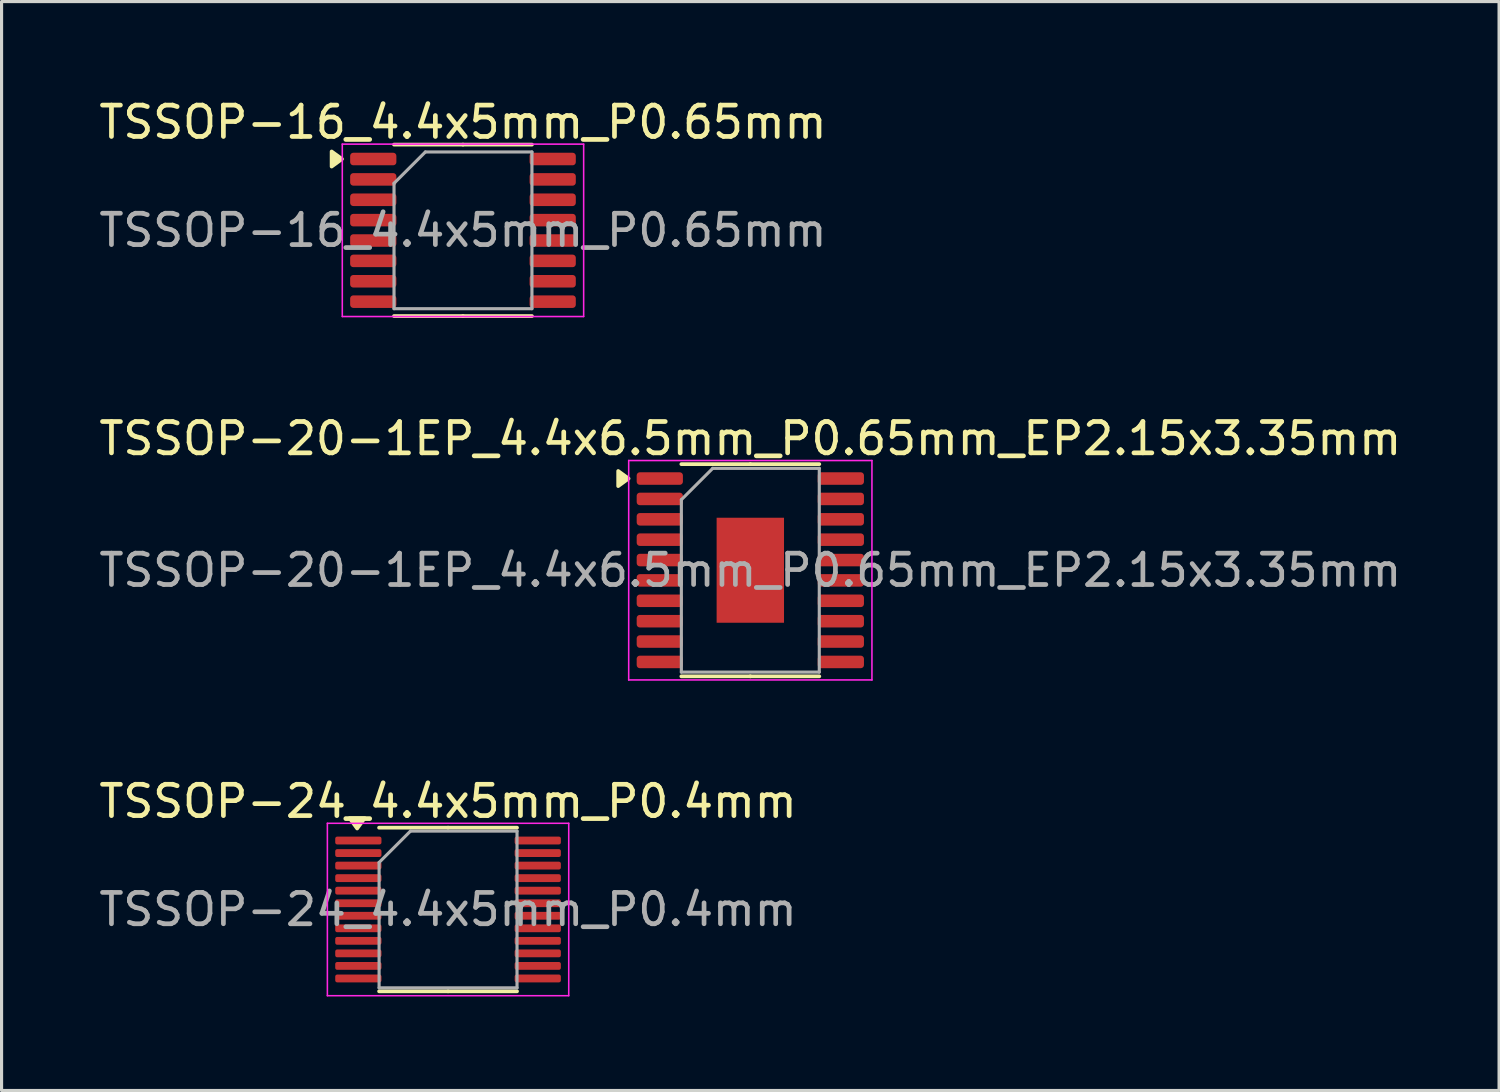
<source format=kicad_pcb>
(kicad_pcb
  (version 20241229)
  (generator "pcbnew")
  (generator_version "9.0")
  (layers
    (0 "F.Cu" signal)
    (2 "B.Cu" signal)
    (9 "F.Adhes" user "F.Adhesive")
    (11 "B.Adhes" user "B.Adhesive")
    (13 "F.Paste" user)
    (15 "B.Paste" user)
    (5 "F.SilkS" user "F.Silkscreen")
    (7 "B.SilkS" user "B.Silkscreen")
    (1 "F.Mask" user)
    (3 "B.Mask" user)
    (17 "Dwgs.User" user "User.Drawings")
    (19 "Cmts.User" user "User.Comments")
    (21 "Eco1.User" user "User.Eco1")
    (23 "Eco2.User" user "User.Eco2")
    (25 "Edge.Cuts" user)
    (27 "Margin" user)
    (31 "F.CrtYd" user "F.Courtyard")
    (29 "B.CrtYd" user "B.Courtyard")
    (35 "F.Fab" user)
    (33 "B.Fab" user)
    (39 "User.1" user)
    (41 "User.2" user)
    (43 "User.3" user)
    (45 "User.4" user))
  (footprint "TSSOP-24_4.4x5mm_P0.4mm"
    (layer "F.Cu")
    (at 11.244 25.965)
    (property "Reference" "TSSOP-24_4.4x5mm_P0.4mm" (at 0 -3.45 0) (layer "F.SilkS") (effects (font (size 1 1) (thickness 0.15))))
    (attr smd)
    (fp_line (start 0 -2.61) (end -2.2 -2.61) (stroke (width 0.12) (type solid)) (layer "F.SilkS"))
    (fp_line (start 0 -2.61) (end 2.2 -2.61) (stroke (width 0.12) (type solid)) (layer "F.SilkS"))
    (fp_line (start 0 2.61) (end -2.2 2.61) (stroke (width 0.12) (type solid)) (layer "F.SilkS"))
    (fp_line (start 0 2.61) (end 2.2 2.61) (stroke (width 0.12) (type solid)) (layer "F.SilkS"))
    (fp_poly (pts (xy -2.9 -2.585) (xy -3.14 -2.915) (xy -2.66 -2.915) (xy -2.9 -2.585)) (stroke (width 0.12) (type solid)) (fill yes) (layer "F.SilkS"))
    (fp_line (start -3.85 -2.75) (end -3.85 2.75) (stroke (width 0.05) (type solid)) (layer "F.CrtYd"))
    (fp_line (start -3.85 2.75) (end 3.85 2.75) (stroke (width 0.05) (type solid)) (layer "F.CrtYd"))
    (fp_line (start 3.85 -2.75) (end -3.85 -2.75) (stroke (width 0.05) (type solid)) (layer "F.CrtYd"))
    (fp_line (start 3.85 2.75) (end 3.85 -2.75) (stroke (width 0.05) (type solid)) (layer "F.CrtYd"))
    (fp_line (start -2.2 -1.5) (end -1.2 -2.5) (stroke (width 0.1) (type solid)) (layer "F.Fab"))
    (fp_line (start -2.2 2.5) (end -2.2 -1.5) (stroke (width 0.1) (type solid)) (layer "F.Fab"))
    (fp_line (start -1.2 -2.5) (end 2.2 -2.5) (stroke (width 0.1) (type solid)) (layer "F.Fab"))
    (fp_line (start 2.2 -2.5) (end 2.2 2.5) (stroke (width 0.1) (type solid)) (layer "F.Fab"))
    (fp_line (start 2.2 2.5) (end -2.2 2.5) (stroke (width 0.1) (type solid)) (layer "F.Fab"))
    (fp_text user "${REFERENCE}" (at 0 0 0) (layer "F.Fab") (effects (font (size 1 1) (thickness 0.15))))
    (pad "1" smd roundrect (at -2.862 -2.2) (size 1.475 0.25) (layers "F.Cu" "F.Mask" "F.Paste") (roundrect_rratio 0.25))
    (pad "2" smd roundrect (at -2.862 -1.8) (size 1.475 0.25) (layers "F.Cu" "F.Mask" "F.Paste") (roundrect_rratio 0.25))
    (pad "3" smd roundrect (at -2.862 -1.4) (size 1.475 0.25) (layers "F.Cu" "F.Mask" "F.Paste") (roundrect_rratio 0.25))
    (pad "4" smd roundrect (at -2.862 -1) (size 1.475 0.25) (layers "F.Cu" "F.Mask" "F.Paste") (roundrect_rratio 0.25))
    (pad "5" smd roundrect (at -2.862 -0.6) (size 1.475 0.25) (layers "F.Cu" "F.Mask" "F.Paste") (roundrect_rratio 0.25))
    (pad "6" smd roundrect (at -2.862 -0.2) (size 1.475 0.25) (layers "F.Cu" "F.Mask" "F.Paste") (roundrect_rratio 0.25))
    (pad "7" smd roundrect (at -2.862 0.2) (size 1.475 0.25) (layers "F.Cu" "F.Mask" "F.Paste") (roundrect_rratio 0.25))
    (pad "8" smd roundrect (at -2.862 0.6) (size 1.475 0.25) (layers "F.Cu" "F.Mask" "F.Paste") (roundrect_rratio 0.25))
    (pad "9" smd roundrect (at -2.862 1) (size 1.475 0.25) (layers "F.Cu" "F.Mask" "F.Paste") (roundrect_rratio 0.25))
    (pad "10" smd roundrect (at -2.862 1.4) (size 1.475 0.25) (layers "F.Cu" "F.Mask" "F.Paste") (roundrect_rratio 0.25))
    (pad "11" smd roundrect (at -2.862 1.8) (size 1.475 0.25) (layers "F.Cu" "F.Mask" "F.Paste") (roundrect_rratio 0.25))
    (pad "12" smd roundrect (at -2.862 2.2) (size 1.475 0.25) (layers "F.Cu" "F.Mask" "F.Paste") (roundrect_rratio 0.25))
    (pad "13" smd roundrect (at 2.862 2.2) (size 1.475 0.25) (layers "F.Cu" "F.Mask" "F.Paste") (roundrect_rratio 0.25))
    (pad "14" smd roundrect (at 2.862 1.8) (size 1.475 0.25) (layers "F.Cu" "F.Mask" "F.Paste") (roundrect_rratio 0.25))
    (pad "15" smd roundrect (at 2.862 1.4) (size 1.475 0.25) (layers "F.Cu" "F.Mask" "F.Paste") (roundrect_rratio 0.25))
    (pad "16" smd roundrect (at 2.862 1) (size 1.475 0.25) (layers "F.Cu" "F.Mask" "F.Paste") (roundrect_rratio 0.25))
    (pad "17" smd roundrect (at 2.862 0.6) (size 1.475 0.25) (layers "F.Cu" "F.Mask" "F.Paste") (roundrect_rratio 0.25))
    (pad "18" smd roundrect (at 2.862 0.2) (size 1.475 0.25) (layers "F.Cu" "F.Mask" "F.Paste") (roundrect_rratio 0.25))
    (pad "19" smd roundrect (at 2.862 -0.2) (size 1.475 0.25) (layers "F.Cu" "F.Mask" "F.Paste") (roundrect_rratio 0.25))
    (pad "20" smd roundrect (at 2.862 -0.6) (size 1.475 0.25) (layers "F.Cu" "F.Mask" "F.Paste") (roundrect_rratio 0.25))
    (pad "21" smd roundrect (at 2.862 -1) (size 1.475 0.25) (layers "F.Cu" "F.Mask" "F.Paste") (roundrect_rratio 0.25))
    (pad "22" smd roundrect (at 2.862 -1.4) (size 1.475 0.25) (layers "F.Cu" "F.Mask" "F.Paste") (roundrect_rratio 0.25))
    (pad "23" smd roundrect (at 2.862 -1.8) (size 1.475 0.25) (layers "F.Cu" "F.Mask" "F.Paste") (roundrect_rratio 0.25))
    (pad "24" smd roundrect (at 2.862 -2.2) (size 1.475 0.25) (layers "F.Cu" "F.Mask" "F.Paste") (roundrect_rratio 0.25)))
  (footprint "TSSOP-16_4.4x5mm_P0.65mm"
    (layer "F.Cu")
    (at 11.72 4.298)
    (property "Reference" "TSSOP-16_4.4x5mm_P0.65mm" (at 0 -3.45 0) (layer "F.SilkS") (effects (font (size 1 1) (thickness 0.15))))
    (attr smd)
    (fp_line (start 0 -2.735) (end -2.2 -2.735) (stroke (width 0.12) (type solid)) (layer "F.SilkS"))
    (fp_line (start 0 -2.735) (end 2.2 -2.735) (stroke (width 0.12) (type solid)) (layer "F.SilkS"))
    (fp_line (start 0 2.735) (end -2.2 2.735) (stroke (width 0.12) (type solid)) (layer "F.SilkS"))
    (fp_line (start 0 2.735) (end 2.2 2.735) (stroke (width 0.12) (type solid)) (layer "F.SilkS"))
    (fp_poly (pts (xy -3.86 -2.275) (xy -4.19 -2.515) (xy -4.19 -2.035) (xy -3.86 -2.275)) (stroke (width 0.12) (type solid)) (fill yes) (layer "F.SilkS"))
    (fp_line (start -3.85 -2.75) (end -3.85 2.75) (stroke (width 0.05) (type solid)) (layer "F.CrtYd"))
    (fp_line (start -3.85 2.75) (end 3.85 2.75) (stroke (width 0.05) (type solid)) (layer "F.CrtYd"))
    (fp_line (start 3.85 -2.75) (end -3.85 -2.75) (stroke (width 0.05) (type solid)) (layer "F.CrtYd"))
    (fp_line (start 3.85 2.75) (end 3.85 -2.75) (stroke (width 0.05) (type solid)) (layer "F.CrtYd"))
    (fp_line (start -2.2 -1.5) (end -1.2 -2.5) (stroke (width 0.1) (type solid)) (layer "F.Fab"))
    (fp_line (start -2.2 2.5) (end -2.2 -1.5) (stroke (width 0.1) (type solid)) (layer "F.Fab"))
    (fp_line (start -1.2 -2.5) (end 2.2 -2.5) (stroke (width 0.1) (type solid)) (layer "F.Fab"))
    (fp_line (start 2.2 -2.5) (end 2.2 2.5) (stroke (width 0.1) (type solid)) (layer "F.Fab"))
    (fp_line (start 2.2 2.5) (end -2.2 2.5) (stroke (width 0.1) (type solid)) (layer "F.Fab"))
    (fp_text user "${REFERENCE}" (at 0 0 0) (layer "F.Fab") (effects (font (size 1 1) (thickness 0.15))))
    (pad "1" smd roundrect (at -2.862 -2.275) (size 1.475 0.4) (layers "F.Cu" "F.Mask" "F.Paste") (roundrect_rratio 0.25))
    (pad "2" smd roundrect (at -2.862 -1.625) (size 1.475 0.4) (layers "F.Cu" "F.Mask" "F.Paste") (roundrect_rratio 0.25))
    (pad "3" smd roundrect (at -2.862 -0.975) (size 1.475 0.4) (layers "F.Cu" "F.Mask" "F.Paste") (roundrect_rratio 0.25))
    (pad "4" smd roundrect (at -2.862 -0.325) (size 1.475 0.4) (layers "F.Cu" "F.Mask" "F.Paste") (roundrect_rratio 0.25))
    (pad "5" smd roundrect (at -2.862 0.325) (size 1.475 0.4) (layers "F.Cu" "F.Mask" "F.Paste") (roundrect_rratio 0.25))
    (pad "6" smd roundrect (at -2.862 0.975) (size 1.475 0.4) (layers "F.Cu" "F.Mask" "F.Paste") (roundrect_rratio 0.25))
    (pad "7" smd roundrect (at -2.862 1.625) (size 1.475 0.4) (layers "F.Cu" "F.Mask" "F.Paste") (roundrect_rratio 0.25))
    (pad "8" smd roundrect (at -2.862 2.275) (size 1.475 0.4) (layers "F.Cu" "F.Mask" "F.Paste") (roundrect_rratio 0.25))
    (pad "9" smd roundrect (at 2.862 2.275) (size 1.475 0.4) (layers "F.Cu" "F.Mask" "F.Paste") (roundrect_rratio 0.25))
    (pad "10" smd roundrect (at 2.862 1.625) (size 1.475 0.4) (layers "F.Cu" "F.Mask" "F.Paste") (roundrect_rratio 0.25))
    (pad "11" smd roundrect (at 2.862 0.975) (size 1.475 0.4) (layers "F.Cu" "F.Mask" "F.Paste") (roundrect_rratio 0.25))
    (pad "12" smd roundrect (at 2.862 0.325) (size 1.475 0.4) (layers "F.Cu" "F.Mask" "F.Paste") (roundrect_rratio 0.25))
    (pad "13" smd roundrect (at 2.862 -0.325) (size 1.475 0.4) (layers "F.Cu" "F.Mask" "F.Paste") (roundrect_rratio 0.25))
    (pad "14" smd roundrect (at 2.862 -0.975) (size 1.475 0.4) (layers "F.Cu" "F.Mask" "F.Paste") (roundrect_rratio 0.25))
    (pad "15" smd roundrect (at 2.862 -1.625) (size 1.475 0.4) (layers "F.Cu" "F.Mask" "F.Paste") (roundrect_rratio 0.25))
    (pad "16" smd roundrect (at 2.862 -2.275) (size 1.475 0.4) (layers "F.Cu" "F.Mask" "F.Paste") (roundrect_rratio 0.25)))
  (footprint "TSSOP-20-1EP_4.4x6.5mm_P0.65mm_EP2.15x3.35mm"
    (layer "F.Cu")
    (at 20.887 15.142)
    (property "Reference" "TSSOP-20-1EP_4.4x6.5mm_P0.65mm_EP2.15x3.35mm" (at 0 -4.2 0) (layer "F.SilkS") (effects (font (size 1 1) (thickness 0.15))))
    (attr smd)
    (fp_line (start 0 -3.385) (end -2.2 -3.385) (stroke (width 0.12) (type solid)) (layer "F.SilkS"))
    (fp_line (start 0 -3.385) (end 2.2 -3.385) (stroke (width 0.12) (type solid)) (layer "F.SilkS"))
    (fp_line (start 0 3.385) (end -2.2 3.385) (stroke (width 0.12) (type solid)) (layer "F.SilkS"))
    (fp_line (start 0 3.385) (end 2.2 3.385) (stroke (width 0.12) (type solid)) (layer "F.SilkS"))
    (fp_poly (pts (xy -3.885 -2.925) (xy -4.215 -3.165) (xy -4.215 -2.685) (xy -3.885 -2.925)) (stroke (width 0.12) (type solid)) (fill yes) (layer "F.SilkS"))
    (fp_line (start -3.88 -3.5) (end -3.88 3.5) (stroke (width 0.05) (type solid)) (layer "F.CrtYd"))
    (fp_line (start -3.88 3.5) (end 3.88 3.5) (stroke (width 0.05) (type solid)) (layer "F.CrtYd"))
    (fp_line (start 3.88 -3.5) (end -3.88 -3.5) (stroke (width 0.05) (type solid)) (layer "F.CrtYd"))
    (fp_line (start 3.88 3.5) (end 3.88 -3.5) (stroke (width 0.05) (type solid)) (layer "F.CrtYd"))
    (fp_line (start -2.2 -2.25) (end -1.2 -3.25) (stroke (width 0.1) (type solid)) (layer "F.Fab"))
    (fp_line (start -2.2 3.25) (end -2.2 -2.25) (stroke (width 0.1) (type solid)) (layer "F.Fab"))
    (fp_line (start -1.2 -3.25) (end 2.2 -3.25) (stroke (width 0.1) (type solid)) (layer "F.Fab"))
    (fp_line (start 2.2 -3.25) (end 2.2 3.25) (stroke (width 0.1) (type solid)) (layer "F.Fab"))
    (fp_line (start 2.2 3.25) (end -2.2 3.25) (stroke (width 0.1) (type solid)) (layer "F.Fab"))
    (fp_text user "${REFERENCE}" (at 0 0 0) (layer "F.Fab") (effects (font (size 1 1) (thickness 0.15))))
    (pad "" smd roundrect (at -0.54 -0.84) (size 0.87 1.35) (layers "F.Paste") (roundrect_rratio 0.25))
    (pad "" smd roundrect (at -0.54 0.84) (size 0.87 1.35) (layers "F.Paste") (roundrect_rratio 0.25))
    (pad "" smd roundrect (at 0.54 -0.84) (size 0.87 1.35) (layers "F.Paste") (roundrect_rratio 0.25))
    (pad "" smd roundrect (at 0.54 0.84) (size 0.87 1.35) (layers "F.Paste") (roundrect_rratio 0.25))
    (pad "1" smd roundrect (at -2.888 -2.925) (size 1.475 0.4) (layers "F.Cu" "F.Mask" "F.Paste") (roundrect_rratio 0.25))
    (pad "2" smd roundrect (at -2.888 -2.275) (size 1.475 0.4) (layers "F.Cu" "F.Mask" "F.Paste") (roundrect_rratio 0.25))
    (pad "3" smd roundrect (at -2.888 -1.625) (size 1.475 0.4) (layers "F.Cu" "F.Mask" "F.Paste") (roundrect_rratio 0.25))
    (pad "4" smd roundrect (at -2.888 -0.975) (size 1.475 0.4) (layers "F.Cu" "F.Mask" "F.Paste") (roundrect_rratio 0.25))
    (pad "5" smd roundrect (at -2.888 -0.325) (size 1.475 0.4) (layers "F.Cu" "F.Mask" "F.Paste") (roundrect_rratio 0.25))
    (pad "6" smd roundrect (at -2.888 0.325) (size 1.475 0.4) (layers "F.Cu" "F.Mask" "F.Paste") (roundrect_rratio 0.25))
    (pad "7" smd roundrect (at -2.888 0.975) (size 1.475 0.4) (layers "F.Cu" "F.Mask" "F.Paste") (roundrect_rratio 0.25))
    (pad "8" smd roundrect (at -2.888 1.625) (size 1.475 0.4) (layers "F.Cu" "F.Mask" "F.Paste") (roundrect_rratio 0.25))
    (pad "9" smd roundrect (at -2.888 2.275) (size 1.475 0.4) (layers "F.Cu" "F.Mask" "F.Paste") (roundrect_rratio 0.25))
    (pad "10" smd roundrect (at -2.888 2.925) (size 1.475 0.4) (layers "F.Cu" "F.Mask" "F.Paste") (roundrect_rratio 0.25))
    (pad "11" smd roundrect (at 2.888 2.925) (size 1.475 0.4) (layers "F.Cu" "F.Mask" "F.Paste") (roundrect_rratio 0.25))
    (pad "12" smd roundrect (at 2.888 2.275) (size 1.475 0.4) (layers "F.Cu" "F.Mask" "F.Paste") (roundrect_rratio 0.25))
    (pad "13" smd roundrect (at 2.888 1.625) (size 1.475 0.4) (layers "F.Cu" "F.Mask" "F.Paste") (roundrect_rratio 0.25))
    (pad "14" smd roundrect (at 2.888 0.975) (size 1.475 0.4) (layers "F.Cu" "F.Mask" "F.Paste") (roundrect_rratio 0.25))
    (pad "15" smd roundrect (at 2.888 0.325) (size 1.475 0.4) (layers "F.Cu" "F.Mask" "F.Paste") (roundrect_rratio 0.25))
    (pad "16" smd roundrect (at 2.888 -0.325) (size 1.475 0.4) (layers "F.Cu" "F.Mask" "F.Paste") (roundrect_rratio 0.25))
    (pad "17" smd roundrect (at 2.888 -0.975) (size 1.475 0.4) (layers "F.Cu" "F.Mask" "F.Paste") (roundrect_rratio 0.25))
    (pad "18" smd roundrect (at 2.888 -1.625) (size 1.475 0.4) (layers "F.Cu" "F.Mask" "F.Paste") (roundrect_rratio 0.25))
    (pad "19" smd roundrect (at 2.888 -2.275) (size 1.475 0.4) (layers "F.Cu" "F.Mask" "F.Paste") (roundrect_rratio 0.25))
    (pad "20" smd roundrect (at 2.888 -2.925) (size 1.475 0.4) (layers "F.Cu" "F.Mask" "F.Paste") (roundrect_rratio 0.25))
    (pad "21" smd rect (at 0 0) (size 2.15 3.35) (property pad_prop_heatsink) (layers "F.Cu" "F.Mask")))
  (gr_rect
    (start -3 -3)
    (end 44.774 31.74)
    (stroke (width 0.1) (type default))
    (fill no)
    (layer "Edge.Cuts")))
</source>
